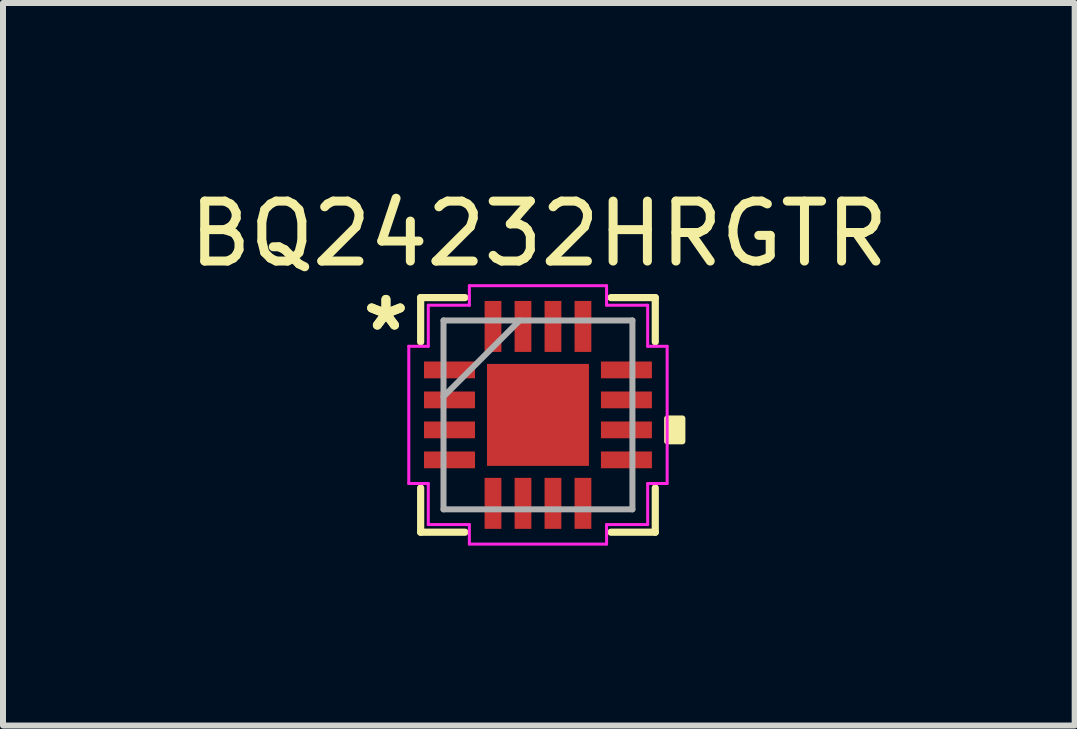
<source format=kicad_pcb>
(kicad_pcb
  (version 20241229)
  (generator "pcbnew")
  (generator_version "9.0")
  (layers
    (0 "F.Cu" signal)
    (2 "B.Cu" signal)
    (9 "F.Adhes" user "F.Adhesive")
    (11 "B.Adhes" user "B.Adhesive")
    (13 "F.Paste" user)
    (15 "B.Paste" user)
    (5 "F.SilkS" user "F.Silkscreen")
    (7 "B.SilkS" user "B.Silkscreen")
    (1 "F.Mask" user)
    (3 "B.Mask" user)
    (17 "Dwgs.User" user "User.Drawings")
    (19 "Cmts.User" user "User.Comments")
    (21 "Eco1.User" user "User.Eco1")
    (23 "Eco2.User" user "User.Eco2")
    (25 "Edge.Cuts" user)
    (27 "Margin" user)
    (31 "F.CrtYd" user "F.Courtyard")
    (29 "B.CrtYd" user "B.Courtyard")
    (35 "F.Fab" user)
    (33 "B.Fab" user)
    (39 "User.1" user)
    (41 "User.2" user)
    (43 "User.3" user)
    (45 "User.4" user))
  (footprint "BQ24232HRGTR"
    (layer "F.Cu")
    (at 5.92 3.868)
    (property "Reference" "BQ24232HRGTR" (at 0.015 -3.02 0) (layer "F.SilkS") (effects (font (size 1 1) (thickness 0.15))))
    (attr through_hole)
    (fp_poly (pts (xy -0.913 -0.913) (xy -0.594 -0.913) (xy -0.594 0.913) (xy -0.913 0.913)) (stroke (width 0.1) (type solid)) (fill yes) (layer "F.Mask"))
    (fp_poly (pts (xy -0.913 -0.913) (xy 0.913 -0.913) (xy 0.913 -0.594) (xy -0.913 -0.594)) (stroke (width 0.1) (type solid)) (fill yes) (layer "F.Mask"))
    (fp_poly (pts (xy -0.913 -0.194) (xy 0.913 -0.194) (xy 0.913 0.194) (xy -0.913 0.194)) (stroke (width 0.1) (type solid)) (fill yes) (layer "F.Mask"))
    (fp_poly (pts (xy -0.913 0.594) (xy 0.913 0.594) (xy 0.913 0.913) (xy -0.913 0.913)) (stroke (width 0.1) (type solid)) (fill yes) (layer "F.Mask"))
    (fp_poly (pts (xy 0.194 -0.913) (xy -0.194 -0.913) (xy -0.194 0.913) (xy 0.194 0.913)) (stroke (width 0.1) (type solid)) (fill yes) (layer "F.Mask"))
    (fp_poly (pts (xy 0.594 -0.913) (xy 0.913 -0.913) (xy 0.913 0.913) (xy 0.594 0.913)) (stroke (width 0.1) (type solid)) (fill yes) (layer "F.Mask"))
    (fp_line (start -1.956 -1.956) (end -1.956 -1.218) (stroke (width 0.12) (type solid)) (layer "F.SilkS"))
    (fp_line (start -1.956 1.218) (end -1.956 1.956) (stroke (width 0.12) (type solid)) (layer "F.SilkS"))
    (fp_line (start -1.956 1.956) (end -1.218 1.956) (stroke (width 0.12) (type solid)) (layer "F.SilkS"))
    (fp_line (start -1.218 -1.956) (end -1.956 -1.956) (stroke (width 0.12) (type solid)) (layer "F.SilkS"))
    (fp_line (start 1.218 1.956) (end 1.956 1.956) (stroke (width 0.12) (type solid)) (layer "F.SilkS"))
    (fp_line (start 1.956 -1.956) (end 1.218 -1.956) (stroke (width 0.12) (type solid)) (layer "F.SilkS"))
    (fp_line (start 1.956 -1.218) (end 1.956 -1.956) (stroke (width 0.12) (type solid)) (layer "F.SilkS"))
    (fp_line (start 1.956 1.956) (end 1.956 1.218) (stroke (width 0.12) (type solid)) (layer "F.SilkS"))
    (fp_poly (pts (xy 2.408 0.059) (xy 2.408 0.441) (xy 2.154 0.441) (xy 2.154 0.059)) (stroke (width 0.1) (type solid)) (fill yes) (layer "F.SilkS"))
    (fp_poly (pts (xy -1.075 -0.625) (xy -1.875 -0.625) (xy -1.875 -0.875) (xy -1.075 -0.875)) (stroke (width 0.001) (type solid)) (fill yes) (layer "F.Paste"))
    (fp_poly (pts (xy -1.075 -0.125) (xy -1.875 -0.125) (xy -1.875 -0.375) (xy -1.075 -0.375)) (stroke (width 0.001) (type solid)) (fill yes) (layer "F.Paste"))
    (fp_poly (pts (xy -1.075 0.375) (xy -1.875 0.375) (xy -1.875 0.125) (xy -1.075 0.125)) (stroke (width 0.001) (type solid)) (fill yes) (layer "F.Paste"))
    (fp_poly (pts (xy -1.075 0.875) (xy -1.875 0.875) (xy -1.875 0.625) (xy -1.075 0.625)) (stroke (width 0.001) (type solid)) (fill yes) (layer "F.Paste"))
    (fp_poly (pts (xy -0.625 -1.875) (xy -0.625 -1.075) (xy -0.875 -1.075) (xy -0.875 -1.875)) (stroke (width 0.001) (type solid)) (fill yes) (layer "F.Paste"))
    (fp_poly (pts (xy -0.625 1.075) (xy -0.625 1.875) (xy -0.875 1.875) (xy -0.875 1.075)) (stroke (width 0.001) (type solid)) (fill yes) (layer "F.Paste"))
    (fp_poly (pts (xy -0.125 -1.875) (xy -0.125 -1.075) (xy -0.375 -1.075) (xy -0.375 -1.875)) (stroke (width 0.001) (type solid)) (fill yes) (layer "F.Paste"))
    (fp_poly (pts (xy -0.125 1.075) (xy -0.125 1.875) (xy -0.375 1.875) (xy -0.375 1.075)) (stroke (width 0.001) (type solid)) (fill yes) (layer "F.Paste"))
    (fp_poly (pts (xy 0.375 -1.875) (xy 0.375 -1.075) (xy 0.125 -1.075) (xy 0.125 -1.875)) (stroke (width 0.001) (type solid)) (fill yes) (layer "F.Paste"))
    (fp_poly (pts (xy 0.375 1.075) (xy 0.375 1.875) (xy 0.125 1.875) (xy 0.125 1.075)) (stroke (width 0.001) (type solid)) (fill yes) (layer "F.Paste"))
    (fp_poly (pts (xy 0.875 -1.875) (xy 0.875 -1.075) (xy 0.625 -1.075) (xy 0.625 -1.875)) (stroke (width 0.001) (type solid)) (fill yes) (layer "F.Paste"))
    (fp_poly (pts (xy 0.875 1.075) (xy 0.875 1.875) (xy 0.625 1.875) (xy 0.625 1.075)) (stroke (width 0.001) (type solid)) (fill yes) (layer "F.Paste"))
    (fp_poly (pts (xy 1.875 -0.625) (xy 1.075 -0.625) (xy 1.075 -0.875) (xy 1.875 -0.875)) (stroke (width 0.001) (type solid)) (fill yes) (layer "F.Paste"))
    (fp_poly (pts (xy 1.875 -0.125) (xy 1.075 -0.125) (xy 1.075 -0.375) (xy 1.875 -0.375)) (stroke (width 0.001) (type solid)) (fill yes) (layer "F.Paste"))
    (fp_poly (pts (xy 1.875 0.375) (xy 1.075 0.375) (xy 1.075 0.125) (xy 1.875 0.125)) (stroke (width 0.001) (type solid)) (fill yes) (layer "F.Paste"))
    (fp_poly (pts (xy 1.875 0.875) (xy 1.075 0.875) (xy 1.075 0.625) (xy 1.875 0.625)) (stroke (width 0.001) (type solid)) (fill yes) (layer "F.Paste"))
    (fp_poly (pts (xy -0.775 -0.775) (xy -0.775 -0.494) (xy -0.635 -0.494) (xy -0.494 -0.635) (xy -0.494 -0.775)) (stroke (width 0.1) (type solid)) (fill yes) (layer "F.Paste"))
    (fp_poly (pts (xy -0.775 0.494) (xy -0.775 0.775) (xy -0.494 0.775) (xy -0.494 0.635) (xy -0.635 0.494)) (stroke (width 0.1) (type solid)) (fill yes) (layer "F.Paste"))
    (fp_poly (pts (xy 0.494 -0.775) (xy 0.494 -0.635) (xy 0.635 -0.494) (xy 0.775 -0.494) (xy 0.775 -0.775)) (stroke (width 0.1) (type solid)) (fill yes) (layer "F.Paste"))
    (fp_poly (pts (xy 0.635 0.494) (xy 0.494 0.635) (xy 0.494 0.775) (xy 0.775 0.775) (xy 0.775 0.494)) (stroke (width 0.1) (type solid)) (fill yes) (layer "F.Paste"))
    (fp_poly (pts (xy -0.775 -0.294) (xy -0.775 0.294) (xy -0.635 0.294) (xy -0.494 0.152) (xy -0.494 -0.152) (xy -0.635 -0.294)) (stroke (width 0.1) (type solid)) (fill yes) (layer "F.Paste"))
    (fp_poly (pts (xy -0.294 -0.775) (xy -0.294 -0.635) (xy -0.152 -0.494) (xy 0.152 -0.494) (xy 0.294 -0.635) (xy 0.294 -0.775)) (stroke (width 0.1) (type solid)) (fill yes) (layer "F.Paste"))
    (fp_poly (pts (xy -0.152 0.494) (xy -0.294 0.635) (xy -0.294 0.775) (xy 0.294 0.775) (xy 0.294 0.635) (xy 0.152 0.494)) (stroke (width 0.1) (type solid)) (fill yes) (layer "F.Paste"))
    (fp_poly (pts (xy 0.635 -0.294) (xy 0.494 -0.152) (xy 0.494 0.152) (xy 0.635 0.294) (xy 0.775 0.294) (xy 0.775 -0.294)) (stroke (width 0.1) (type solid)) (fill yes) (layer "F.Paste"))
    (fp_poly (pts (xy -0.152 -0.294) (xy -0.294 -0.152) (xy -0.294 0.152) (xy -0.152 0.294) (xy 0.152 0.294) (xy 0.294 0.152) (xy 0.294 -0.152) (xy 0.152 -0.294)) (stroke (width 0.1) (type solid)) (fill yes) (layer "F.Paste"))
    (fp_circle (center -0.394 -0.394) (end -0.203 -0.394) (stroke (width 0.152) (type solid)) (fill no) (layer "Eco1.User"))
    (fp_circle (center -0.394 0.394) (end -0.203 0.394) (stroke (width 0.152) (type solid)) (fill no) (layer "Eco1.User"))
    (fp_circle (center 0.394 -0.394) (end 0.584 -0.394) (stroke (width 0.152) (type solid)) (fill no) (layer "Eco1.User"))
    (fp_circle (center 0.394 0.394) (end 0.584 0.394) (stroke (width 0.152) (type solid)) (fill no) (layer "Eco1.User"))
    (fp_line (start -2.154 -1.144) (end -1.829 -1.144) (stroke (width 0.05) (type solid)) (layer "F.CrtYd"))
    (fp_line (start -2.154 1.144) (end -2.154 -1.144) (stroke (width 0.05) (type solid)) (layer "F.CrtYd"))
    (fp_line (start -1.829 -1.829) (end -1.144 -1.829) (stroke (width 0.05) (type solid)) (layer "F.CrtYd"))
    (fp_line (start -1.829 -1.144) (end -1.829 -1.829) (stroke (width 0.05) (type solid)) (layer "F.CrtYd"))
    (fp_line (start -1.829 1.144) (end -2.154 1.144) (stroke (width 0.05) (type solid)) (layer "F.CrtYd"))
    (fp_line (start -1.829 1.829) (end -1.829 1.144) (stroke (width 0.05) (type solid)) (layer "F.CrtYd"))
    (fp_line (start -1.144 -2.154) (end 1.144 -2.154) (stroke (width 0.05) (type solid)) (layer "F.CrtYd"))
    (fp_line (start -1.144 -1.829) (end -1.144 -2.154) (stroke (width 0.05) (type solid)) (layer "F.CrtYd"))
    (fp_line (start -1.144 1.829) (end -1.829 1.829) (stroke (width 0.05) (type solid)) (layer "F.CrtYd"))
    (fp_line (start -1.144 2.154) (end -1.144 1.829) (stroke (width 0.05) (type solid)) (layer "F.CrtYd"))
    (fp_line (start 1.144 -2.154) (end 1.144 -1.829) (stroke (width 0.05) (type solid)) (layer "F.CrtYd"))
    (fp_line (start 1.144 -1.829) (end 1.829 -1.829) (stroke (width 0.05) (type solid)) (layer "F.CrtYd"))
    (fp_line (start 1.144 1.829) (end 1.144 2.154) (stroke (width 0.05) (type solid)) (layer "F.CrtYd"))
    (fp_line (start 1.144 2.154) (end -1.144 2.154) (stroke (width 0.05) (type solid)) (layer "F.CrtYd"))
    (fp_line (start 1.829 -1.829) (end 1.829 -1.144) (stroke (width 0.05) (type solid)) (layer "F.CrtYd"))
    (fp_line (start 1.829 -1.144) (end 2.154 -1.144) (stroke (width 0.05) (type solid)) (layer "F.CrtYd"))
    (fp_line (start 1.829 1.144) (end 1.829 1.829) (stroke (width 0.05) (type solid)) (layer "F.CrtYd"))
    (fp_line (start 1.829 1.829) (end 1.144 1.829) (stroke (width 0.05) (type solid)) (layer "F.CrtYd"))
    (fp_line (start 2.154 -1.144) (end 2.154 1.144) (stroke (width 0.05) (type solid)) (layer "F.CrtYd"))
    (fp_line (start 2.154 1.144) (end 1.829 1.144) (stroke (width 0.05) (type solid)) (layer "F.CrtYd"))
    (fp_line (start -1.575 -1.575) (end -1.575 1.575) (stroke (width 0.1) (type solid)) (layer "F.Fab"))
    (fp_line (start -1.575 -0.305) (end -0.305 -1.575) (stroke (width 0.1) (type solid)) (layer "F.Fab"))
    (fp_line (start -1.575 1.575) (end 1.575 1.575) (stroke (width 0.1) (type solid)) (layer "F.Fab"))
    (fp_line (start 1.575 -1.575) (end -1.575 -1.575) (stroke (width 0.1) (type solid)) (layer "F.Fab"))
    (fp_line (start 1.575 1.575) (end 1.575 -1.575) (stroke (width 0.1) (type solid)) (layer "F.Fab"))
    (fp_text user "*" (at -2.535 -1.381 0) (layer "F.SilkS") (effects (font (size 1 1) (thickness 0.15))))
    (fp_text user "*" (at -2.535 -1.381 0) (layer "F.SilkS") (effects (font (size 1 1) (thickness 0.15))))
    (pad "1" smd rect (at -1.475 -0.75 90) (size 0.28 0.85) (layers "F.Cu" "F.Mask"))
    (pad "2" smd rect (at -1.475 -0.25 90) (size 0.28 0.85) (layers "F.Cu" "F.Mask"))
    (pad "3" smd rect (at -1.475 0.25 90) (size 0.28 0.85) (layers "F.Cu" "F.Mask"))
    (pad "4" smd rect (at -1.475 0.75 90) (size 0.28 0.85) (layers "F.Cu" "F.Mask"))
    (pad "5" smd rect (at -0.75 1.475) (size 0.28 0.85) (layers "F.Cu" "F.Mask"))
    (pad "6" smd rect (at -0.25 1.475) (size 0.28 0.85) (layers "F.Cu" "F.Mask"))
    (pad "7" smd rect (at 0.25 1.475) (size 0.28 0.85) (layers "F.Cu" "F.Mask"))
    (pad "8" smd rect (at 0.75 1.475) (size 0.28 0.85) (layers "F.Cu" "F.Mask"))
    (pad "9" smd rect (at 1.475 0.75 90) (size 0.28 0.85) (layers "F.Cu" "F.Mask"))
    (pad "10" smd rect (at 1.475 0.25 90) (size 0.28 0.85) (layers "F.Cu" "F.Mask"))
    (pad "11" smd rect (at 1.475 -0.25 90) (size 0.28 0.85) (layers "F.Cu" "F.Mask"))
    (pad "12" smd rect (at 1.475 -0.75 90) (size 0.28 0.85) (layers "F.Cu" "F.Mask"))
    (pad "13" smd rect (at 0.75 -1.475) (size 0.28 0.85) (layers "F.Cu" "F.Mask"))
    (pad "14" smd rect (at 0.25 -1.475) (size 0.28 0.85) (layers "F.Cu" "F.Mask"))
    (pad "15" smd rect (at -0.25 -1.475) (size 0.28 0.85) (layers "F.Cu" "F.Mask"))
    (pad "16" smd rect (at -0.75 -1.475) (size 0.28 0.85) (layers "F.Cu" "F.Mask"))
    (pad "17" smd rect (at 0 0) (size 1.7 1.7) (layers "F.Cu")))
  (gr_rect
    (start -3 -3)
    (end 14.869 9.047)
    (stroke (width 0.1) (type default))
    (fill no)
    (layer "Edge.Cuts")))
</source>
